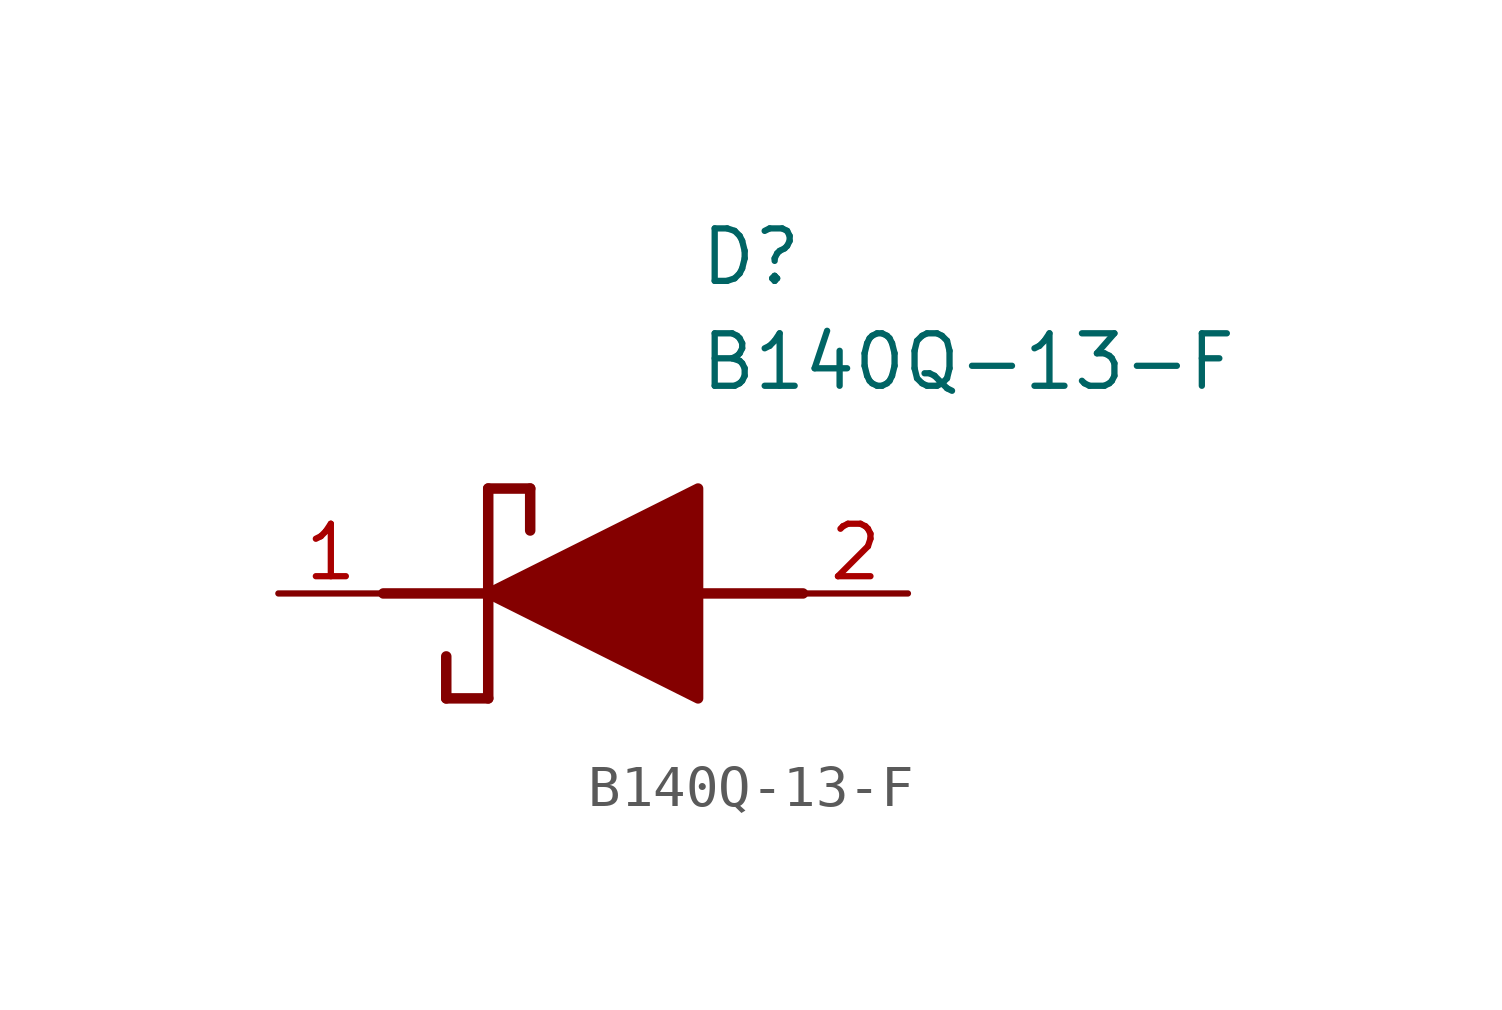
<source format=kicad_sym>
(kicad_symbol_lib
  (version 20211014)
  (generator SamacSys_ECAD_Model)
  (symbol "B140Q-13-F"
    (pin_names hide)
    (property "Reference" "D"
      (at 12.7 8.89 0)
      (effects (font (size 1.27 1.27)) (justify left top)))
    (property "Value" "B140Q-13-F"
      (at 12.7 6.35 0)
      (effects (font (size 1.27 1.27)) (justify left top)))
    (polyline
      (pts (xy 7.62 2.54) (xy 7.62 -2.54))
      (stroke (width 0.254) (type default))
      (fill (type none)))
    (polyline
      (pts (xy 7.62 2.54) (xy 8.636 2.54))
      (stroke (width 0.254) (type default))
      (fill (type none)))
    (polyline
      (pts (xy 8.636 1.524) (xy 8.636 2.54))
      (stroke (width 0.254) (type default))
      (fill (type none)))
    (polyline
      (pts (xy 7.62 -2.54) (xy 6.604 -2.54))
      (stroke (width 0.254) (type default))
      (fill (type none)))
    (polyline
      (pts (xy 6.604 -1.524) (xy 6.604 -2.54))
      (stroke (width 0.254) (type default))
      (fill (type none)))
    (polyline
      (pts (xy 5.08 0) (xy 7.62 0))
      (stroke (width 0.254) (type default))
      (fill (type none)))
    (polyline
      (pts (xy 12.7 0) (xy 15.24 0))
      (stroke (width 0.254) (type default))
      (fill (type none)))
    (polyline
      (pts (xy 7.62 0) (xy 12.7 2.54) (xy 12.7 -2.54) (xy 7.62 0))
      (stroke (width 0.254) (type default))
      (fill (type outline)))
    (pin passive line
      (at 2.54 0 0)
      (length 2.54)
      (name "K" (effects (font (size 1.27 1.27))))
      (number "1" (effects (font (size 1.27 1.27)))))
    (pin passive line
      (at 17.78 0 180)
      (length 2.54)
      (name "A" (effects (font (size 1.27 1.27))))
      (number "2" (effects (font (size 1.27 1.27)))))))
</source>
